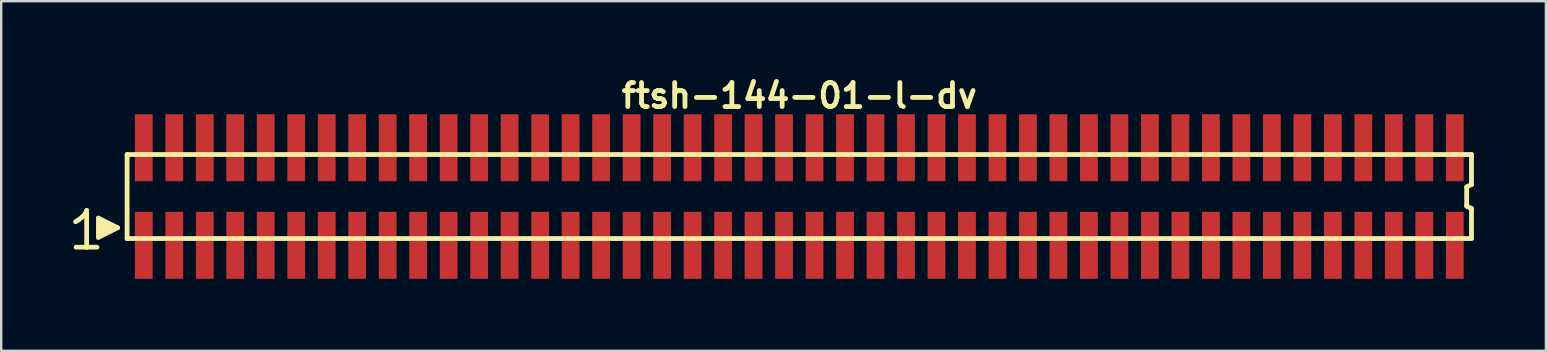
<source format=kicad_pcb>
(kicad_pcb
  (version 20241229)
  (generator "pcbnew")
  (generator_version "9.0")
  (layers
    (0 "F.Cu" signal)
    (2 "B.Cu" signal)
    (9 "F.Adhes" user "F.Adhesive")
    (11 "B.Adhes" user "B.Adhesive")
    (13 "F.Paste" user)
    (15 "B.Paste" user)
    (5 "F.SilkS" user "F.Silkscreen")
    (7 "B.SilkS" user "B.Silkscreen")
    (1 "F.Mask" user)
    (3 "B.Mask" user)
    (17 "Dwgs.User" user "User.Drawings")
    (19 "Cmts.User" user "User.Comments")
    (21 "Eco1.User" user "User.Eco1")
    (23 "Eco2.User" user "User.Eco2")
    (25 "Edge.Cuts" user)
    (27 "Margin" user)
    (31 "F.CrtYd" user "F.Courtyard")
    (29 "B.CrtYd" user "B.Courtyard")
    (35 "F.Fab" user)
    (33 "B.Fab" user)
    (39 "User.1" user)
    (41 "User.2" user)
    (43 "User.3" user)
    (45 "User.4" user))
  (footprint "ftsh-144-01-l-dv"
    (layer "F.Cu")
    (at 30.244 5.136)
    (property "Reference" "ftsh-144-01-l-dv" (at 0 -4.2 0) (layer "F.SilkS") (effects (font (size 1 1) (thickness 0.2))))
    (attr through_hole)
    (fp_line (start -30.145 1.05) (end -30.015 0.97) (stroke (width 0.198) (type solid)) (layer "F.SilkS"))
    (fp_line (start -30.015 0.97) (end -29.855 0.84) (stroke (width 0.198) (type solid)) (layer "F.SilkS"))
    (fp_line (start -29.855 0.84) (end -29.715 0.67) (stroke (width 0.198) (type solid)) (layer "F.SilkS"))
    (fp_line (start -29.715 0.67) (end -29.685 0.58) (stroke (width 0.198) (type solid)) (layer "F.SilkS"))
    (fp_line (start -29.685 0.58) (end -29.685 2.11) (stroke (width 0.198) (type solid)) (layer "F.SilkS"))
    (fp_line (start -29.685 2.11) (end -30.125 2.11) (stroke (width 0.198) (type solid)) (layer "F.SilkS"))
    (fp_line (start -29.255 2.11) (end -29.695 2.11) (stroke (width 0.198) (type solid)) (layer "F.SilkS"))
    (fp_line (start -29.195 0.9) (end -28.395 1.3) (stroke (width 0.198) (type solid)) (layer "F.SilkS"))
    (fp_line (start -29.195 1.7) (end -29.195 0.9) (stroke (width 0.198) (type solid)) (layer "F.SilkS"))
    (fp_line (start -29.095 1.6) (end -29.095 1) (stroke (width 0.198) (type solid)) (layer "F.SilkS"))
    (fp_line (start -28.995 1.1) (end -28.995 1.5) (stroke (width 0.198) (type solid)) (layer "F.SilkS"))
    (fp_line (start -28.895 1.5) (end -28.895 1.1) (stroke (width 0.198) (type solid)) (layer "F.SilkS"))
    (fp_line (start -28.795 1.2) (end -28.795 1.4) (stroke (width 0.198) (type solid)) (layer "F.SilkS"))
    (fp_line (start -28.695 1.4) (end -28.695 1.2) (stroke (width 0.198) (type solid)) (layer "F.SilkS"))
    (fp_line (start -28.395 1.3) (end -29.195 1.7) (stroke (width 0.198) (type solid)) (layer "F.SilkS"))
    (fp_line (start -28 -1.75) (end -28 1.75) (stroke (width 0.2) (type solid)) (layer "F.SilkS"))
    (fp_line (start -28 -1.75) (end 28 -1.75) (stroke (width 0.2) (type solid)) (layer "F.SilkS"))
    (fp_line (start -28 1.75) (end 28 1.75) (stroke (width 0.2) (type solid)) (layer "F.SilkS"))
    (fp_line (start 27.8 -0.4) (end 27.8 0.4) (stroke (width 0.2) (type solid)) (layer "F.SilkS"))
    (fp_line (start 27.8 0.4) (end 28 0.5) (stroke (width 0.2) (type solid)) (layer "F.SilkS"))
    (fp_line (start 28 -0.5) (end 27.8 -0.4) (stroke (width 0.2) (type solid)) (layer "F.SilkS"))
    (fp_line (start 28 -0.5) (end 28 -1.75) (stroke (width 0.2) (type solid)) (layer "F.SilkS"))
    (fp_line (start 28 0.5) (end 28 1.75) (stroke (width 0.2) (type solid)) (layer "F.SilkS"))
    (pad "1" smd rect (at -27.305 2.032) (size 0.74 2.79) (layers "F.Cu" "F.Mask" "F.Paste"))
    (pad "2" smd rect (at -27.305 -2.032) (size 0.74 2.79) (layers "F.Cu" "F.Mask" "F.Paste"))
    (pad "3" smd rect (at -26.035 2.032) (size 0.74 2.79) (layers "F.Cu" "F.Mask" "F.Paste"))
    (pad "4" smd rect (at -26.035 -2.032) (size 0.74 2.79) (layers "F.Cu" "F.Mask" "F.Paste"))
    (pad "5" smd rect (at -24.765 2.032) (size 0.74 2.79) (layers "F.Cu" "F.Mask" "F.Paste"))
    (pad "6" smd rect (at -24.765 -2.032) (size 0.74 2.79) (layers "F.Cu" "F.Mask" "F.Paste"))
    (pad "7" smd rect (at -23.495 2.032) (size 0.74 2.79) (layers "F.Cu" "F.Mask" "F.Paste"))
    (pad "8" smd rect (at -23.495 -2.032) (size 0.74 2.79) (layers "F.Cu" "F.Mask" "F.Paste"))
    (pad "9" smd rect (at -22.225 2.032) (size 0.74 2.79) (layers "F.Cu" "F.Mask" "F.Paste"))
    (pad "10" smd rect (at -22.225 -2.032) (size 0.74 2.79) (layers "F.Cu" "F.Mask" "F.Paste"))
    (pad "11" smd rect (at -20.955 2.032) (size 0.74 2.79) (layers "F.Cu" "F.Mask" "F.Paste"))
    (pad "12" smd rect (at -20.955 -2.032) (size 0.74 2.79) (layers "F.Cu" "F.Mask" "F.Paste"))
    (pad "13" smd rect (at -19.685 2.032) (size 0.74 2.79) (layers "F.Cu" "F.Mask" "F.Paste"))
    (pad "14" smd rect (at -19.685 -2.032) (size 0.74 2.79) (layers "F.Cu" "F.Mask" "F.Paste"))
    (pad "15" smd rect (at -18.415 2.032) (size 0.74 2.79) (layers "F.Cu" "F.Mask" "F.Paste"))
    (pad "16" smd rect (at -18.415 -2.032) (size 0.74 2.79) (layers "F.Cu" "F.Mask" "F.Paste"))
    (pad "17" smd rect (at -17.145 2.032) (size 0.74 2.79) (layers "F.Cu" "F.Mask" "F.Paste"))
    (pad "18" smd rect (at -17.145 -2.032) (size 0.74 2.79) (layers "F.Cu" "F.Mask" "F.Paste"))
    (pad "19" smd rect (at -15.875 2.032) (size 0.74 2.79) (layers "F.Cu" "F.Mask" "F.Paste"))
    (pad "20" smd rect (at -15.875 -2.032) (size 0.74 2.79) (layers "F.Cu" "F.Mask" "F.Paste"))
    (pad "21" smd rect (at -14.605 2.032) (size 0.74 2.79) (layers "F.Cu" "F.Mask" "F.Paste"))
    (pad "22" smd rect (at -14.605 -2.032) (size 0.74 2.79) (layers "F.Cu" "F.Mask" "F.Paste"))
    (pad "23" smd rect (at -13.335 2.032) (size 0.74 2.79) (layers "F.Cu" "F.Mask" "F.Paste"))
    (pad "24" smd rect (at -13.335 -2.032) (size 0.74 2.79) (layers "F.Cu" "F.Mask" "F.Paste"))
    (pad "25" smd rect (at -12.065 2.032) (size 0.74 2.79) (layers "F.Cu" "F.Mask" "F.Paste"))
    (pad "26" smd rect (at -12.065 -2.032) (size 0.74 2.79) (layers "F.Cu" "F.Mask" "F.Paste"))
    (pad "27" smd rect (at -10.795 2.032) (size 0.74 2.79) (layers "F.Cu" "F.Mask" "F.Paste"))
    (pad "28" smd rect (at -10.795 -2.032) (size 0.74 2.79) (layers "F.Cu" "F.Mask" "F.Paste"))
    (pad "29" smd rect (at -9.525 2.032) (size 0.74 2.79) (layers "F.Cu" "F.Mask" "F.Paste"))
    (pad "30" smd rect (at -9.525 -2.032) (size 0.74 2.79) (layers "F.Cu" "F.Mask" "F.Paste"))
    (pad "31" smd rect (at -8.255 2.032) (size 0.74 2.79) (layers "F.Cu" "F.Mask" "F.Paste"))
    (pad "32" smd rect (at -8.255 -2.032) (size 0.74 2.79) (layers "F.Cu" "F.Mask" "F.Paste"))
    (pad "33" smd rect (at -6.985 2.032) (size 0.74 2.79) (layers "F.Cu" "F.Mask" "F.Paste"))
    (pad "34" smd rect (at -6.985 -2.032) (size 0.74 2.79) (layers "F.Cu" "F.Mask" "F.Paste"))
    (pad "35" smd rect (at -5.715 2.032) (size 0.74 2.79) (layers "F.Cu" "F.Mask" "F.Paste"))
    (pad "36" smd rect (at -5.715 -2.032) (size 0.74 2.79) (layers "F.Cu" "F.Mask" "F.Paste"))
    (pad "37" smd rect (at -4.445 2.032) (size 0.74 2.79) (layers "F.Cu" "F.Mask" "F.Paste"))
    (pad "38" smd rect (at -4.445 -2.032) (size 0.74 2.79) (layers "F.Cu" "F.Mask" "F.Paste"))
    (pad "39" smd rect (at -3.175 2.032) (size 0.74 2.79) (layers "F.Cu" "F.Mask" "F.Paste"))
    (pad "40" smd rect (at -3.175 -2.032) (size 0.74 2.79) (layers "F.Cu" "F.Mask" "F.Paste"))
    (pad "41" smd rect (at -1.905 2.032) (size 0.74 2.79) (layers "F.Cu" "F.Mask" "F.Paste"))
    (pad "42" smd rect (at -1.905 -2.032) (size 0.74 2.79) (layers "F.Cu" "F.Mask" "F.Paste"))
    (pad "43" smd rect (at -0.635 2.032) (size 0.74 2.79) (layers "F.Cu" "F.Mask" "F.Paste"))
    (pad "44" smd rect (at -0.635 -2.032) (size 0.74 2.79) (layers "F.Cu" "F.Mask" "F.Paste"))
    (pad "45" smd rect (at 0.635 2.032) (size 0.74 2.79) (layers "F.Cu" "F.Mask" "F.Paste"))
    (pad "46" smd rect (at 0.635 -2.032) (size 0.74 2.79) (layers "F.Cu" "F.Mask" "F.Paste"))
    (pad "47" smd rect (at 1.905 2.032) (size 0.74 2.79) (layers "F.Cu" "F.Mask" "F.Paste"))
    (pad "48" smd rect (at 1.905 -2.032) (size 0.74 2.79) (layers "F.Cu" "F.Mask" "F.Paste"))
    (pad "49" smd rect (at 3.175 2.032) (size 0.74 2.79) (layers "F.Cu" "F.Mask" "F.Paste"))
    (pad "50" smd rect (at 3.175 -2.032) (size 0.74 2.79) (layers "F.Cu" "F.Mask" "F.Paste"))
    (pad "51" smd rect (at 4.445 2.032) (size 0.74 2.79) (layers "F.Cu" "F.Mask" "F.Paste"))
    (pad "52" smd rect (at 4.445 -2.032) (size 0.74 2.79) (layers "F.Cu" "F.Mask" "F.Paste"))
    (pad "53" smd rect (at 5.715 2.032) (size 0.74 2.79) (layers "F.Cu" "F.Mask" "F.Paste"))
    (pad "54" smd rect (at 5.715 -2.032) (size 0.74 2.79) (layers "F.Cu" "F.Mask" "F.Paste"))
    (pad "55" smd rect (at 6.985 2.032) (size 0.74 2.79) (layers "F.Cu" "F.Mask" "F.Paste"))
    (pad "56" smd rect (at 6.985 -2.032) (size 0.74 2.79) (layers "F.Cu" "F.Mask" "F.Paste"))
    (pad "57" smd rect (at 8.255 2.032) (size 0.74 2.79) (layers "F.Cu" "F.Mask" "F.Paste"))
    (pad "58" smd rect (at 8.255 -2.032) (size 0.74 2.79) (layers "F.Cu" "F.Mask" "F.Paste"))
    (pad "59" smd rect (at 9.525 2.032) (size 0.74 2.79) (layers "F.Cu" "F.Mask" "F.Paste"))
    (pad "60" smd rect (at 9.525 -2.032) (size 0.74 2.79) (layers "F.Cu" "F.Mask" "F.Paste"))
    (pad "61" smd rect (at 10.795 2.032) (size 0.74 2.79) (layers "F.Cu" "F.Mask" "F.Paste"))
    (pad "62" smd rect (at 10.795 -2.032) (size 0.74 2.79) (layers "F.Cu" "F.Mask" "F.Paste"))
    (pad "63" smd rect (at 12.065 2.032) (size 0.74 2.79) (layers "F.Cu" "F.Mask" "F.Paste"))
    (pad "64" smd rect (at 12.065 -2.032) (size 0.74 2.79) (layers "F.Cu" "F.Mask" "F.Paste"))
    (pad "65" smd rect (at 13.335 2.032) (size 0.74 2.79) (layers "F.Cu" "F.Mask" "F.Paste"))
    (pad "66" smd rect (at 13.335 -2.032) (size 0.74 2.79) (layers "F.Cu" "F.Mask" "F.Paste"))
    (pad "67" smd rect (at 14.605 2.032) (size 0.74 2.79) (layers "F.Cu" "F.Mask" "F.Paste"))
    (pad "68" smd rect (at 14.605 -2.032) (size 0.74 2.79) (layers "F.Cu" "F.Mask" "F.Paste"))
    (pad "69" smd rect (at 15.875 2.032) (size 0.74 2.79) (layers "F.Cu" "F.Mask" "F.Paste"))
    (pad "70" smd rect (at 15.875 -2.032) (size 0.74 2.79) (layers "F.Cu" "F.Mask" "F.Paste"))
    (pad "71" smd rect (at 17.145 2.032) (size 0.74 2.79) (layers "F.Cu" "F.Mask" "F.Paste"))
    (pad "72" smd rect (at 17.145 -2.032) (size 0.74 2.79) (layers "F.Cu" "F.Mask" "F.Paste"))
    (pad "73" smd rect (at 18.415 2.032) (size 0.74 2.79) (layers "F.Cu" "F.Mask" "F.Paste"))
    (pad "74" smd rect (at 18.415 -2.032) (size 0.74 2.79) (layers "F.Cu" "F.Mask" "F.Paste"))
    (pad "75" smd rect (at 19.685 2.032) (size 0.74 2.79) (layers "F.Cu" "F.Mask" "F.Paste"))
    (pad "76" smd rect (at 19.685 -2.032) (size 0.74 2.79) (layers "F.Cu" "F.Mask" "F.Paste"))
    (pad "77" smd rect (at 20.955 2.032) (size 0.74 2.79) (layers "F.Cu" "F.Mask" "F.Paste"))
    (pad "78" smd rect (at 20.955 -2.032) (size 0.74 2.79) (layers "F.Cu" "F.Mask" "F.Paste"))
    (pad "79" smd rect (at 22.225 2.032) (size 0.74 2.79) (layers "F.Cu" "F.Mask" "F.Paste"))
    (pad "80" smd rect (at 22.225 -2.032) (size 0.74 2.79) (layers "F.Cu" "F.Mask" "F.Paste"))
    (pad "81" smd rect (at 23.495 2.032) (size 0.74 2.79) (layers "F.Cu" "F.Mask" "F.Paste"))
    (pad "82" smd rect (at 23.495 -2.032) (size 0.74 2.79) (layers "F.Cu" "F.Mask" "F.Paste"))
    (pad "83" smd rect (at 24.765 2.032) (size 0.74 2.79) (layers "F.Cu" "F.Mask" "F.Paste"))
    (pad "84" smd rect (at 24.765 -2.032) (size 0.74 2.79) (layers "F.Cu" "F.Mask" "F.Paste"))
    (pad "85" smd rect (at 26.035 2.032) (size 0.74 2.79) (layers "F.Cu" "F.Mask" "F.Paste"))
    (pad "86" smd rect (at 26.035 -2.032) (size 0.74 2.79) (layers "F.Cu" "F.Mask" "F.Paste"))
    (pad "87" smd rect (at 27.305 2.032) (size 0.74 2.79) (layers "F.Cu" "F.Mask" "F.Paste"))
    (pad "88" smd rect (at 27.305 -2.032) (size 0.74 2.79) (layers "F.Cu" "F.Mask" "F.Paste")))
  (gr_rect
    (start -3 -3)
    (end 61.344 11.563)
    (stroke (width 0.1) (type default))
    (fill no)
    (layer "Edge.Cuts")))
</source>
